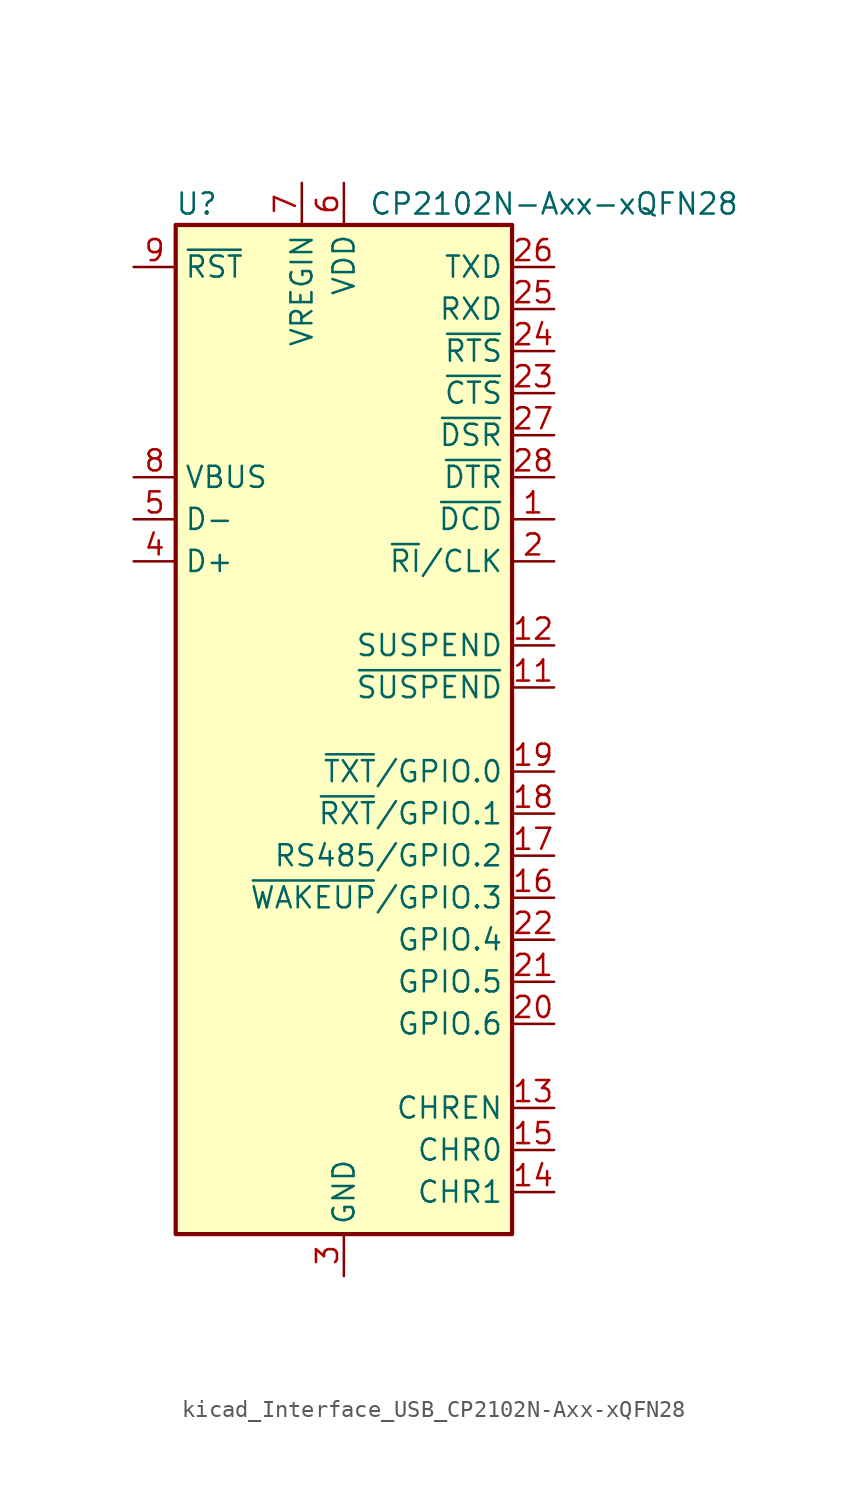
<source format=kicad_sym>
(kicad_symbol_lib
  (version 20220914)
  (generator kicad_symbol_editor)
  (symbol "kicad_Interface_USB_CP2102N-Axx-xQFN28"
    (property "Reference" "U"
      (at -8.89 31.75 0)
      (effects (font (size 1.27 1.27))))
    (property "Value" "CP2102N-Axx-xQFN28"
      (at 12.7 31.75 0)
      (effects (font (size 1.27 1.27))))
    (symbol "kicad_Interface_USB_CP2102N-Axx-xQFN28_0_1"
      (rectangle (start -10.16 30.48) (end 10.16 -30.48) (stroke (width 0.254) (type default)) (fill (type background))))
    (symbol "kicad_Interface_USB_CP2102N-Axx-xQFN28_1_1"
      (pin input line (at 12.7 12.7 180) (length 2.54) (name "~{DCD}" (effects (font (size 1.27 1.27)))) (number "1" (effects (font (size 1.27 1.27)))))
      (pin no_connect line (at -10.16 -27.94 0) (length 2.54) hide (name "NC" (effects (font (size 1.27 1.27)))) (number "10" (effects (font (size 1.27 1.27)))))
      (pin output line (at 12.7 2.54 180) (length 2.54) (name "~{SUSPEND}" (effects (font (size 1.27 1.27)))) (number "11" (effects (font (size 1.27 1.27)))))
      (pin output line (at 12.7 5.08 180) (length 2.54) (name "SUSPEND" (effects (font (size 1.27 1.27)))) (number "12" (effects (font (size 1.27 1.27)))))
      (pin output line (at 12.7 -22.86 180) (length 2.54) (name "CHREN" (effects (font (size 1.27 1.27)))) (number "13" (effects (font (size 1.27 1.27)))))
      (pin output line (at 12.7 -27.94 180) (length 2.54) (name "CHR1" (effects (font (size 1.27 1.27)))) (number "14" (effects (font (size 1.27 1.27)))))
      (pin output line (at 12.7 -25.4 180) (length 2.54) (name "CHR0" (effects (font (size 1.27 1.27)))) (number "15" (effects (font (size 1.27 1.27)))))
      (pin bidirectional line (at 12.7 -10.16 180) (length 2.54) (name "~{WAKEUP}/GPIO.3" (effects (font (size 1.27 1.27)))) (number "16" (effects (font (size 1.27 1.27)))))
      (pin bidirectional line (at 12.7 -7.62 180) (length 2.54) (name "RS485/GPIO.2" (effects (font (size 1.27 1.27)))) (number "17" (effects (font (size 1.27 1.27)))))
      (pin bidirectional line (at 12.7 -5.08 180) (length 2.54) (name "~{RXT}/GPIO.1" (effects (font (size 1.27 1.27)))) (number "18" (effects (font (size 1.27 1.27)))))
      (pin bidirectional line (at 12.7 -2.54 180) (length 2.54) (name "~{TXT}/GPIO.0" (effects (font (size 1.27 1.27)))) (number "19" (effects (font (size 1.27 1.27)))))
      (pin bidirectional line (at 12.7 10.16 180) (length 2.54) (name "~{RI}/CLK" (effects (font (size 1.27 1.27)))) (number "2" (effects (font (size 1.27 1.27)))))
      (pin bidirectional line (at 12.7 -17.78 180) (length 2.54) (name "GPIO.6" (effects (font (size 1.27 1.27)))) (number "20" (effects (font (size 1.27 1.27)))))
      (pin bidirectional line (at 12.7 -15.24 180) (length 2.54) (name "GPIO.5" (effects (font (size 1.27 1.27)))) (number "21" (effects (font (size 1.27 1.27)))))
      (pin bidirectional line (at 12.7 -12.7 180) (length 2.54) (name "GPIO.4" (effects (font (size 1.27 1.27)))) (number "22" (effects (font (size 1.27 1.27)))))
      (pin input line (at 12.7 20.32 180) (length 2.54) (name "~{CTS}" (effects (font (size 1.27 1.27)))) (number "23" (effects (font (size 1.27 1.27)))))
      (pin output line (at 12.7 22.86 180) (length 2.54) (name "~{RTS}" (effects (font (size 1.27 1.27)))) (number "24" (effects (font (size 1.27 1.27)))))
      (pin input line (at 12.7 25.4 180) (length 2.54) (name "RXD" (effects (font (size 1.27 1.27)))) (number "25" (effects (font (size 1.27 1.27)))))
      (pin output line (at 12.7 27.94 180) (length 2.54) (name "TXD" (effects (font (size 1.27 1.27)))) (number "26" (effects (font (size 1.27 1.27)))))
      (pin input line (at 12.7 17.78 180) (length 2.54) (name "~{DSR}" (effects (font (size 1.27 1.27)))) (number "27" (effects (font (size 1.27 1.27)))))
      (pin output line (at 12.7 15.24 180) (length 2.54) (name "~{DTR}" (effects (font (size 1.27 1.27)))) (number "28" (effects (font (size 1.27 1.27)))))
      (pin passive line (at 0 -33.02 90) (length 2.54) hide (name "GND" (effects (font (size 1.27 1.27)))) (number "29" (effects (font (size 1.27 1.27)))))
      (pin power_in line (at 0 -33.02 90) (length 2.54) (name "GND" (effects (font (size 1.27 1.27)))) (number "3" (effects (font (size 1.27 1.27)))))
      (pin bidirectional line (at -12.7 10.16 0) (length 2.54) (name "D+" (effects (font (size 1.27 1.27)))) (number "4" (effects (font (size 1.27 1.27)))))
      (pin bidirectional line (at -12.7 12.7 0) (length 2.54) (name "D-" (effects (font (size 1.27 1.27)))) (number "5" (effects (font (size 1.27 1.27)))))
      (pin power_in line (at 0 33.02 270) (length 2.54) (name "VDD" (effects (font (size 1.27 1.27)))) (number "6" (effects (font (size 1.27 1.27)))))
      (pin power_in line (at -2.54 33.02 270) (length 2.54) (name "VREGIN" (effects (font (size 1.27 1.27)))) (number "7" (effects (font (size 1.27 1.27)))))
      (pin input line (at -12.7 15.24 0) (length 2.54) (name "VBUS" (effects (font (size 1.27 1.27)))) (number "8" (effects (font (size 1.27 1.27)))))
      (pin input line (at -12.7 27.94 0) (length 2.54) (name "~{RST}" (effects (font (size 1.27 1.27)))) (number "9" (effects (font (size 1.27 1.27))))))))
</source>
